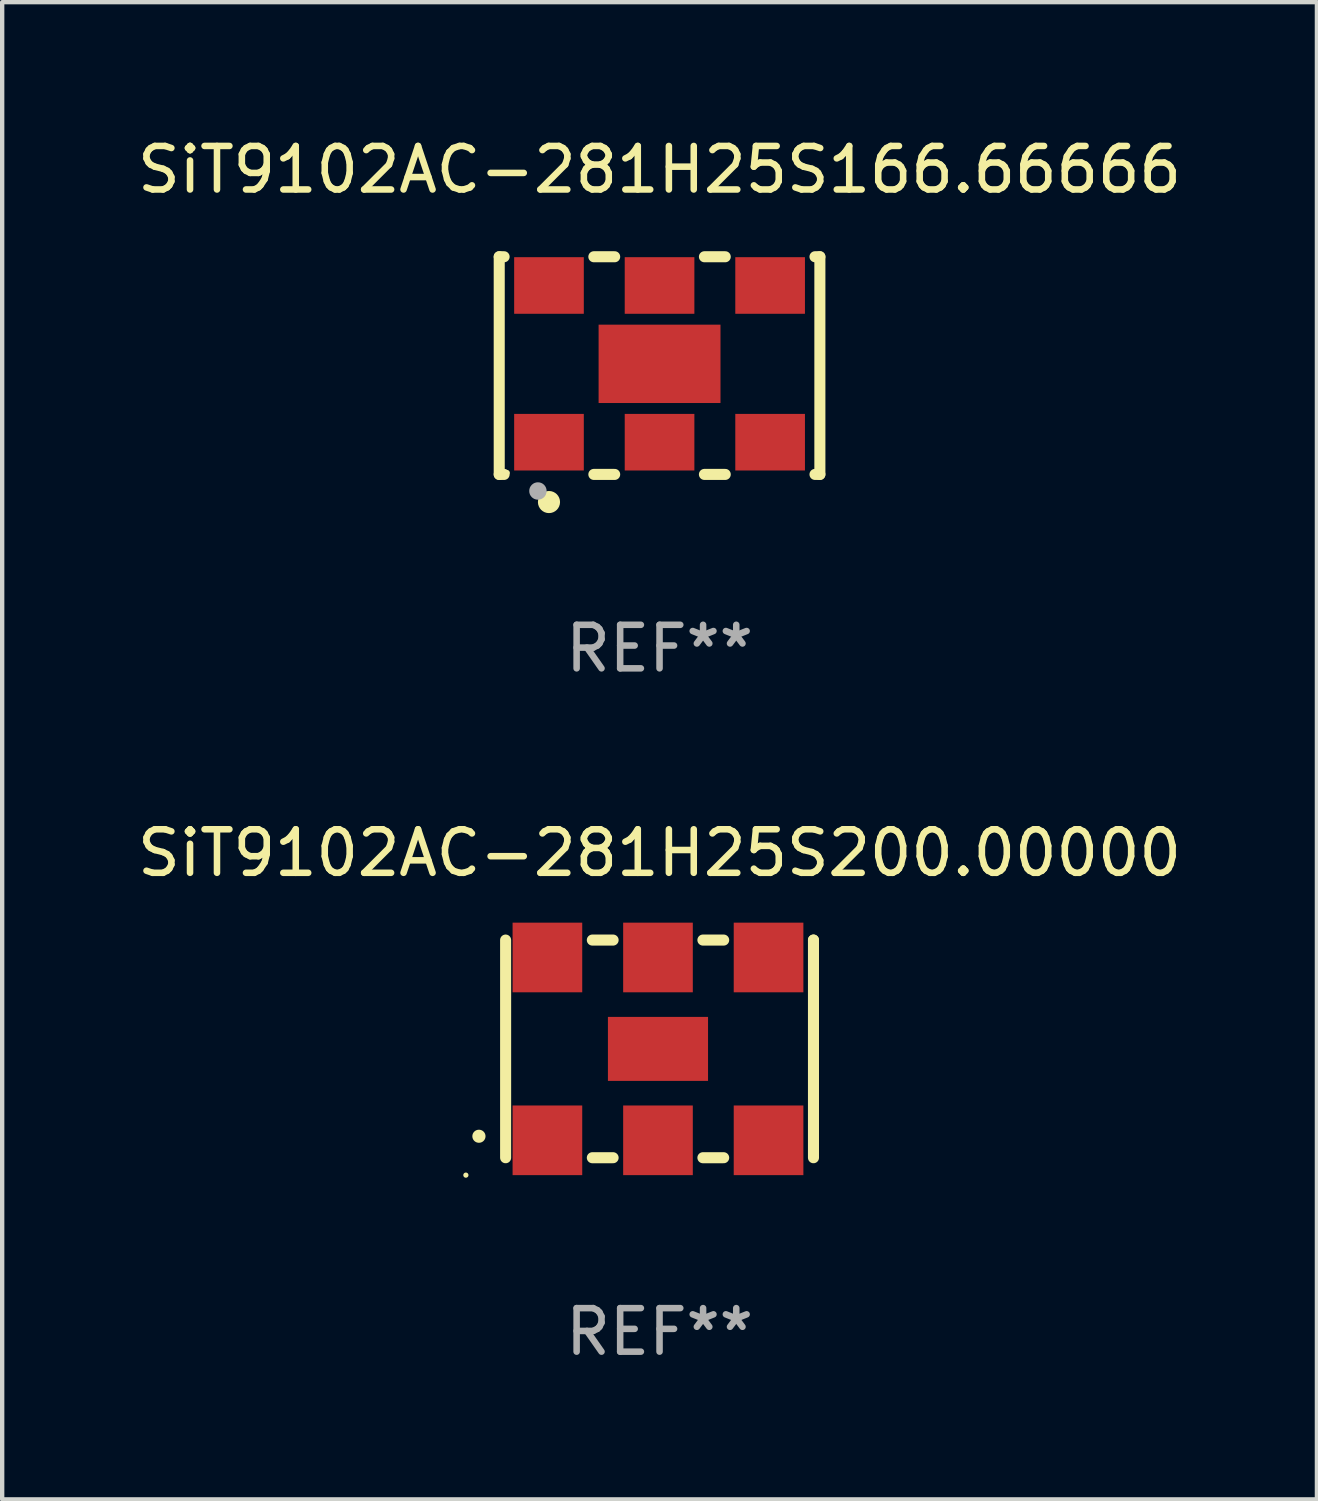
<source format=kicad_pcb>
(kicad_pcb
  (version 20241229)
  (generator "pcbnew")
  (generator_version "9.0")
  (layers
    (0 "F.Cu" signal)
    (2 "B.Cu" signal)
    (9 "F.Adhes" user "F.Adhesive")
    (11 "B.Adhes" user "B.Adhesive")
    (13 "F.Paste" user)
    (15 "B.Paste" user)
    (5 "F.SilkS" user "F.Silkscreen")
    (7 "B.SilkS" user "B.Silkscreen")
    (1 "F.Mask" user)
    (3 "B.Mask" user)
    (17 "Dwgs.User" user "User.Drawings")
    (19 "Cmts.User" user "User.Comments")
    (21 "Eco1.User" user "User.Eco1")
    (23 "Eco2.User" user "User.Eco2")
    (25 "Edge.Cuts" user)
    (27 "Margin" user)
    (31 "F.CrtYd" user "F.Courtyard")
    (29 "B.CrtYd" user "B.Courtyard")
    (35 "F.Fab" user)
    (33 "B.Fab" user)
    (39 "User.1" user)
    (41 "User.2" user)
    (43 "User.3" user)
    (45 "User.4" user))
  (footprint "SiT9102AC-281H25S200.00000"
    (layer "F.Cu")
    (at 12.101 21.045)
    (property "Reference" "SiT9102AC-281H25S200.00000" (at 0 -4.5 0) (layer "F.SilkS") (effects (font (size 1 1) (thickness 0.15))))
    (attr through_hole)
    (fp_line (start -3.536 -2.5) (end -3.536 2.5) (stroke (width 0.254) (type solid)) (layer "F.SilkS"))
    (fp_line (start -1.544 2.5) (end -1.067 2.5) (stroke (width 0.254) (type solid)) (layer "F.SilkS"))
    (fp_line (start -1.067 -2.5) (end -1.544 -2.5) (stroke (width 0.254) (type solid)) (layer "F.SilkS"))
    (fp_line (start 0.996 2.5) (end 1.473 2.5) (stroke (width 0.254) (type solid)) (layer "F.SilkS"))
    (fp_line (start 1.473 -2.5) (end 0.996 -2.5) (stroke (width 0.254) (type solid)) (layer "F.SilkS"))
    (fp_line (start 3.536 -2.5) (end 3.536 -2.5) (stroke (width 0.254) (type solid)) (layer "F.SilkS"))
    (fp_line (start 3.536 2.5) (end 3.536 -2.5) (stroke (width 0.254) (type solid)) (layer "F.SilkS"))
    (fp_arc (start -4.150432 2.006604) (mid -4.149162 2.006599) (end -4.147892 2.006604) (stroke (width 0.3) (type solid)) (layer "F.SilkS"))
    (fp_circle (center -4.449 2.9) (end -4.419 2.9) (stroke (width 0.06) (type solid)) (fill no) (layer "F.SilkS"))
    (fp_text user "REF**" (at 0 6.5 0) (layer "F.Fab") (effects (font (size 1 1) (thickness 0.15))))
    (pad "1" smd rect (at -2.576 2.1) (size 1.6 1.6) (layers "F.Cu" "F.Mask" "F.Paste"))
    (pad "2" smd rect (at -0.036 2.1) (size 1.6 1.6) (layers "F.Cu" "F.Mask" "F.Paste"))
    (pad "3" smd rect (at 2.504 2.1) (size 1.6 1.6) (layers "F.Cu" "F.Mask" "F.Paste"))
    (pad "4" smd rect (at 2.504 -2.1) (size 1.6 1.6) (layers "F.Cu" "F.Mask" "F.Paste"))
    (pad "5" smd rect (at -0.036 -2.1) (size 1.6 1.6) (layers "F.Cu" "F.Mask" "F.Paste"))
    (pad "6" smd rect (at -2.576 -2.1) (size 1.6 1.6) (layers "F.Cu" "F.Mask" "F.Paste"))
    (pad "7" smd rect (at -0.036 0) (size 2.3 1.47) (layers "F.Cu" "F.Mask" "F.Paste")))
  (footprint "SiT9102AC-281H25S166.66666"
    (layer "F.Cu")
    (at 12.101 5.348)
    (property "Reference" "SiT9102AC-281H25S166.66666" (at 0 -4.5 0) (layer "F.SilkS") (effects (font (size 1 1) (thickness 0.15))))
    (attr through_hole)
    (fp_line (start -3.683 -2.5) (end -3.571 -2.5) (stroke (width 0.254) (type solid)) (layer "F.SilkS"))
    (fp_line (start -3.683 2.5) (end -3.683 -2.5) (stroke (width 0.254) (type solid)) (layer "F.SilkS"))
    (fp_line (start -3.683 2.5) (end -3.571 2.5) (stroke (width 0.254) (type solid)) (layer "F.SilkS"))
    (fp_line (start -1.509 -2.5) (end -1.031 -2.5) (stroke (width 0.254) (type solid)) (layer "F.SilkS"))
    (fp_line (start -1.509 2.5) (end -1.031 2.5) (stroke (width 0.254) (type solid)) (layer "F.SilkS"))
    (fp_line (start 1.031 -2.5) (end 1.509 -2.5) (stroke (width 0.254) (type solid)) (layer "F.SilkS"))
    (fp_line (start 1.031 2.5) (end 1.509 2.5) (stroke (width 0.254) (type solid)) (layer "F.SilkS"))
    (fp_line (start 3.571 -2.5) (end 3.683 -2.5) (stroke (width 0.254) (type solid)) (layer "F.SilkS"))
    (fp_line (start 3.571 2.5) (end 3.683 2.5) (stroke (width 0.254) (type solid)) (layer "F.SilkS"))
    (fp_line (start 3.683 2.5) (end 3.683 -2.5) (stroke (width 0.254) (type solid)) (layer "F.SilkS"))
    (fp_circle (center -3.5 2.46) (end -3.47 2.46) (stroke (width 0.06) (type solid)) (fill no) (layer "F.SilkS"))
    (fp_circle (center -2.54 3.135) (end -2.413 3.135) (stroke (width 0.254) (type solid)) (fill no) (layer "F.SilkS"))
    (fp_circle (center -2.794 2.881) (end -2.694 2.881) (stroke (width 0.2) (type solid)) (fill no) (layer "F.Fab"))
    (fp_text user "REF**" (at 0 6.5 0) (layer "F.Fab") (effects (font (size 1 1) (thickness 0.15))))
    (pad "1" smd rect (at -2.54 1.76) (size 1.6 1.3) (layers "F.Cu" "F.Mask" "F.Paste"))
    (pad "2" smd rect (at 0 1.76) (size 1.6 1.3) (layers "F.Cu" "F.Mask" "F.Paste"))
    (pad "3" smd rect (at 2.54 1.76) (size 1.6 1.3) (layers "F.Cu" "F.Mask" "F.Paste"))
    (pad "4" smd rect (at 2.54 -1.84) (size 1.6 1.3) (layers "F.Cu" "F.Mask" "F.Paste"))
    (pad "5" smd rect (at 0 -1.84) (size 1.6 1.3) (layers "F.Cu" "F.Mask" "F.Paste"))
    (pad "6" smd rect (at -2.54 -1.84) (size 1.6 1.3) (layers "F.Cu" "F.Mask" "F.Paste"))
    (pad "7" smd rect (at 0 -0.04) (size 2.8 1.8) (layers "F.Cu" "F.Mask" "F.Paste")))
  (gr_rect
    (start -3 -3)
    (end 27.202 31.393)
    (stroke (width 0.1) (type default))
    (fill no)
    (layer "Edge.Cuts")))
</source>
